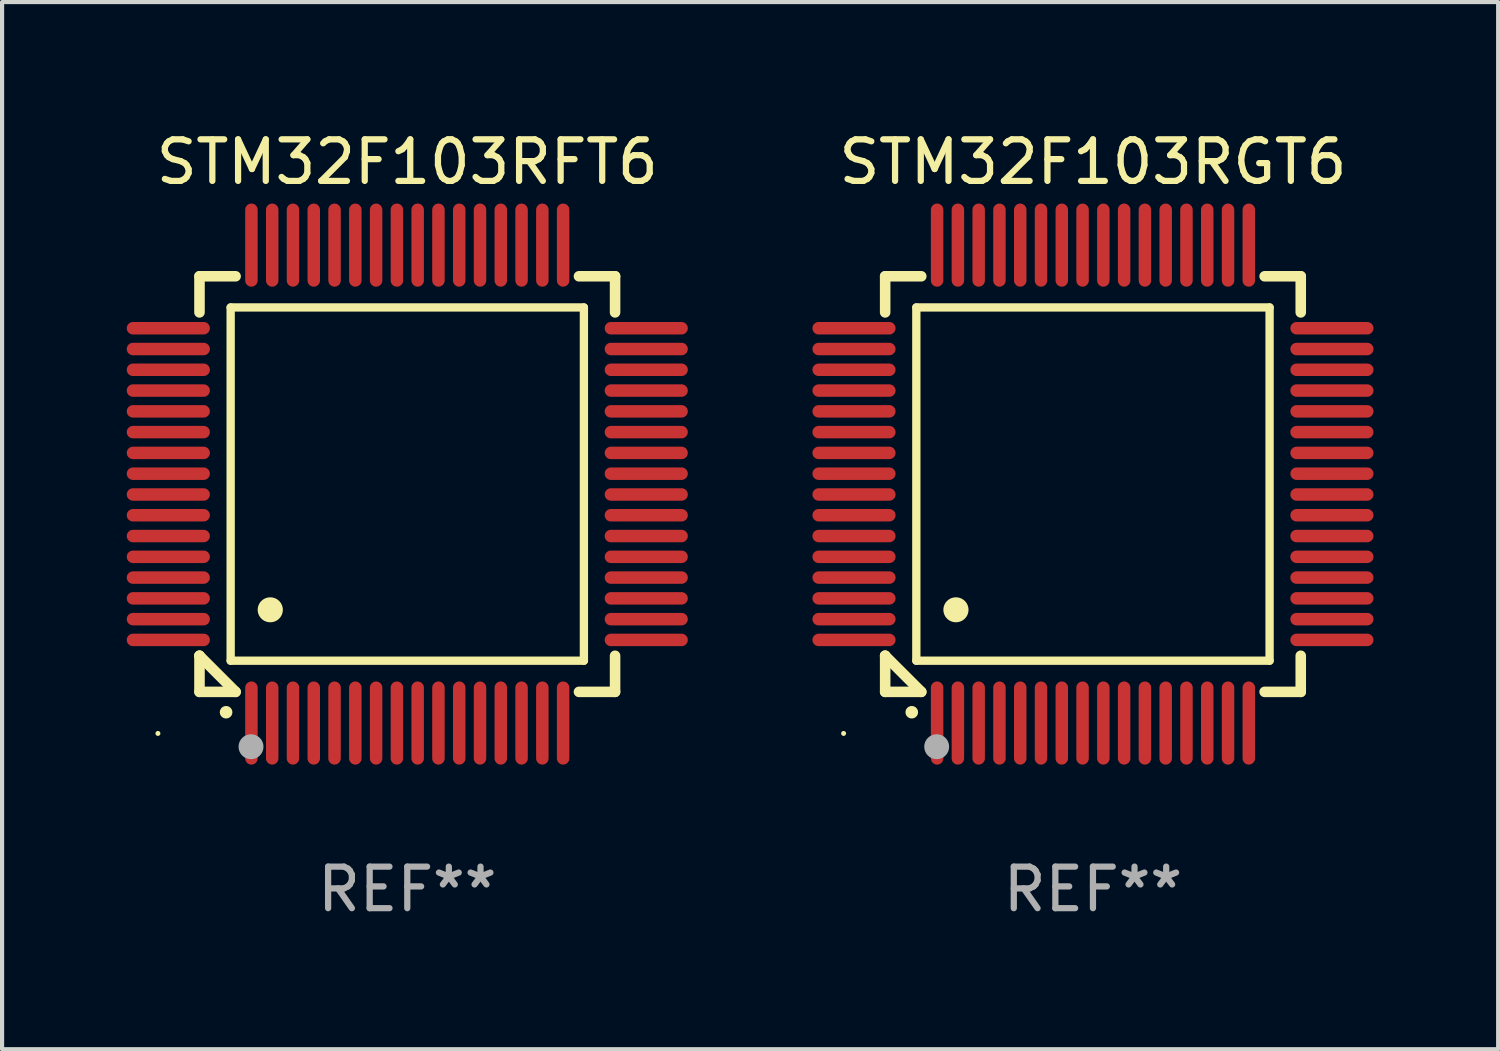
<source format=kicad_pcb>
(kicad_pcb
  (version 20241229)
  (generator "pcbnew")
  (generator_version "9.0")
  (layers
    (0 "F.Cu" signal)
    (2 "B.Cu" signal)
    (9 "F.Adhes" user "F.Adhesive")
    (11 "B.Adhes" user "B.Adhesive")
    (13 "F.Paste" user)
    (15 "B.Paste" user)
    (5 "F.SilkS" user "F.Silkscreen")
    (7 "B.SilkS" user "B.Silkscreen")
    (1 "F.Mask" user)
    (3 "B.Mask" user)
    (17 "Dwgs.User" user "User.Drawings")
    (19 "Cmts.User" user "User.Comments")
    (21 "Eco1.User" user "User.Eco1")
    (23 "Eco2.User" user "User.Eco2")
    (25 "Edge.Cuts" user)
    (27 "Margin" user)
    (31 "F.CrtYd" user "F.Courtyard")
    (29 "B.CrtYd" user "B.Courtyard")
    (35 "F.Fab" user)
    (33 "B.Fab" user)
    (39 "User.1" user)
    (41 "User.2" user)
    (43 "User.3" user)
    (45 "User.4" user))
  (footprint "STM32F103RFT6"
    (layer "F.Cu")
    (at 6.75 8.598)
    (property "Reference" "STM32F103RFT6" (at 0 -7.75 0) (layer "F.SilkS") (effects (font (size 1 1) (thickness 0.15))))
    (attr through_hole)
    (fp_line (start -5 -5) (end -4.131 -5) (stroke (width 0.254) (type solid)) (layer "F.SilkS"))
    (fp_line (start -5 -4.131) (end -5 -5) (stroke (width 0.254) (type solid)) (layer "F.SilkS"))
    (fp_line (start -5 4.131) (end -5 4.131) (stroke (width 0.254) (type solid)) (layer "F.SilkS"))
    (fp_line (start -5 5) (end -5 4.131) (stroke (width 0.254) (type solid)) (layer "F.SilkS"))
    (fp_line (start -5 4.131) (end -4.131 5) (stroke (width 0.254) (type solid)) (layer "F.SilkS"))
    (fp_line (start -4.25 -4.25) (end -4.25 4.25) (stroke (width 0.2) (type solid)) (layer "F.SilkS"))
    (fp_line (start -4.25 4.25) (end 4.25 4.25) (stroke (width 0.2) (type solid)) (layer "F.SilkS"))
    (fp_line (start -4.131 5) (end -5 5) (stroke (width 0.254) (type solid)) (layer "F.SilkS"))
    (fp_line (start 4.25 -4.25) (end -4.25 -4.25) (stroke (width 0.2) (type solid)) (layer "F.SilkS"))
    (fp_line (start 4.25 4.25) (end 4.25 -4.25) (stroke (width 0.2) (type solid)) (layer "F.SilkS"))
    (fp_line (start 5 -5) (end 4.131 -5) (stroke (width 0.254) (type solid)) (layer "F.SilkS"))
    (fp_line (start 5 -5) (end 5 -4.131) (stroke (width 0.254) (type solid)) (layer "F.SilkS"))
    (fp_line (start 5 4.131) (end 5 5) (stroke (width 0.254) (type solid)) (layer "F.SilkS"))
    (fp_line (start 5 5) (end 4.131 5) (stroke (width 0.254) (type solid)) (layer "F.SilkS"))
    (fp_arc (start -4.361265 5.489992) (mid -4.359995 5.489987) (end -4.358725 5.489992) (stroke (width 0.3) (type solid)) (layer "F.SilkS"))
    (fp_arc (start -3.299467 3.025146) (mid -3.296927 3.025135) (end -3.294387 3.025146) (stroke (width 0.6) (type solid)) (layer "F.SilkS"))
    (fp_circle (center -6 6) (end -5.97 6) (stroke (width 0.06) (type solid)) (fill no) (layer "F.SilkS"))
    (fp_circle (center -3.76 6.32) (end -3.61 6.32) (stroke (width 0.3) (type solid)) (fill no) (layer "F.Fab"))
    (fp_text user "REF**" (at 0 9.75 0) (layer "F.Fab") (effects (font (size 1 1) (thickness 0.15))))
    (pad "1" smd oval (at -3.75 5.75) (size 0.3 2) (layers "F.Cu" "F.Mask" "F.Paste"))
    (pad "2" smd oval (at -3.25 5.75) (size 0.3 2) (layers "F.Cu" "F.Mask" "F.Paste"))
    (pad "3" smd oval (at -2.75 5.75) (size 0.3 2) (layers "F.Cu" "F.Mask" "F.Paste"))
    (pad "4" smd oval (at -2.25 5.75) (size 0.3 2) (layers "F.Cu" "F.Mask" "F.Paste"))
    (pad "5" smd oval (at -1.75 5.75) (size 0.3 2) (layers "F.Cu" "F.Mask" "F.Paste"))
    (pad "6" smd oval (at -1.25 5.75) (size 0.3 2) (layers "F.Cu" "F.Mask" "F.Paste"))
    (pad "7" smd oval (at -0.75 5.75) (size 0.3 2) (layers "F.Cu" "F.Mask" "F.Paste"))
    (pad "8" smd oval (at -0.25 5.75) (size 0.3 2) (layers "F.Cu" "F.Mask" "F.Paste"))
    (pad "9" smd oval (at 0.25 5.75) (size 0.3 2) (layers "F.Cu" "F.Mask" "F.Paste"))
    (pad "10" smd oval (at 0.75 5.75) (size 0.3 2) (layers "F.Cu" "F.Mask" "F.Paste"))
    (pad "11" smd oval (at 1.25 5.75) (size 0.3 2) (layers "F.Cu" "F.Mask" "F.Paste"))
    (pad "12" smd oval (at 1.75 5.75) (size 0.3 2) (layers "F.Cu" "F.Mask" "F.Paste"))
    (pad "13" smd oval (at 2.25 5.75) (size 0.3 2) (layers "F.Cu" "F.Mask" "F.Paste"))
    (pad "14" smd oval (at 2.75 5.75) (size 0.3 2) (layers "F.Cu" "F.Mask" "F.Paste"))
    (pad "15" smd oval (at 3.25 5.75) (size 0.3 2) (layers "F.Cu" "F.Mask" "F.Paste"))
    (pad "16" smd oval (at 3.75 5.75) (size 0.3 2) (layers "F.Cu" "F.Mask" "F.Paste"))
    (pad "17" smd oval (at 5.75 3.75) (size 2 0.3) (layers "F.Cu" "F.Mask" "F.Paste"))
    (pad "18" smd oval (at 5.75 3.25) (size 2 0.3) (layers "F.Cu" "F.Mask" "F.Paste"))
    (pad "19" smd oval (at 5.75 2.75) (size 2 0.3) (layers "F.Cu" "F.Mask" "F.Paste"))
    (pad "20" smd oval (at 5.75 2.25) (size 2 0.3) (layers "F.Cu" "F.Mask" "F.Paste"))
    (pad "21" smd oval (at 5.75 1.75) (size 2 0.3) (layers "F.Cu" "F.Mask" "F.Paste"))
    (pad "22" smd oval (at 5.75 1.25) (size 2 0.3) (layers "F.Cu" "F.Mask" "F.Paste"))
    (pad "23" smd oval (at 5.75 0.75) (size 2 0.3) (layers "F.Cu" "F.Mask" "F.Paste"))
    (pad "24" smd oval (at 5.75 0.25) (size 2 0.3) (layers "F.Cu" "F.Mask" "F.Paste"))
    (pad "25" smd oval (at 5.75 -0.25) (size 2 0.3) (layers "F.Cu" "F.Mask" "F.Paste"))
    (pad "26" smd oval (at 5.75 -0.75) (size 2 0.3) (layers "F.Cu" "F.Mask" "F.Paste"))
    (pad "27" smd oval (at 5.75 -1.25) (size 2 0.3) (layers "F.Cu" "F.Mask" "F.Paste"))
    (pad "28" smd oval (at 5.75 -1.75) (size 2 0.3) (layers "F.Cu" "F.Mask" "F.Paste"))
    (pad "29" smd oval (at 5.75 -2.25) (size 2 0.3) (layers "F.Cu" "F.Mask" "F.Paste"))
    (pad "30" smd oval (at 5.75 -2.75) (size 2 0.3) (layers "F.Cu" "F.Mask" "F.Paste"))
    (pad "31" smd oval (at 5.75 -3.25) (size 2 0.3) (layers "F.Cu" "F.Mask" "F.Paste"))
    (pad "32" smd oval (at 5.75 -3.75) (size 2 0.3) (layers "F.Cu" "F.Mask" "F.Paste"))
    (pad "33" smd oval (at 3.75 -5.75) (size 0.3 2) (layers "F.Cu" "F.Mask" "F.Paste"))
    (pad "34" smd oval (at 3.25 -5.75) (size 0.3 2) (layers "F.Cu" "F.Mask" "F.Paste"))
    (pad "35" smd oval (at 2.75 -5.75) (size 0.3 2) (layers "F.Cu" "F.Mask" "F.Paste"))
    (pad "36" smd oval (at 2.25 -5.75) (size 0.3 2) (layers "F.Cu" "F.Mask" "F.Paste"))
    (pad "37" smd oval (at 1.75 -5.75) (size 0.3 2) (layers "F.Cu" "F.Mask" "F.Paste"))
    (pad "38" smd oval (at 1.25 -5.75) (size 0.3 2) (layers "F.Cu" "F.Mask" "F.Paste"))
    (pad "39" smd oval (at 0.75 -5.75) (size 0.3 2) (layers "F.Cu" "F.Mask" "F.Paste"))
    (pad "40" smd oval (at 0.25 -5.75) (size 0.3 2) (layers "F.Cu" "F.Mask" "F.Paste"))
    (pad "41" smd oval (at -0.25 -5.75) (size 0.3 2) (layers "F.Cu" "F.Mask" "F.Paste"))
    (pad "42" smd oval (at -0.75 -5.75) (size 0.3 2) (layers "F.Cu" "F.Mask" "F.Paste"))
    (pad "43" smd oval (at -1.25 -5.75) (size 0.3 2) (layers "F.Cu" "F.Mask" "F.Paste"))
    (pad "44" smd oval (at -1.75 -5.75) (size 0.3 2) (layers "F.Cu" "F.Mask" "F.Paste"))
    (pad "45" smd oval (at -2.25 -5.75) (size 0.3 2) (layers "F.Cu" "F.Mask" "F.Paste"))
    (pad "46" smd oval (at -2.75 -5.75) (size 0.3 2) (layers "F.Cu" "F.Mask" "F.Paste"))
    (pad "47" smd oval (at -3.25 -5.75) (size 0.3 2) (layers "F.Cu" "F.Mask" "F.Paste"))
    (pad "48" smd oval (at -3.75 -5.75) (size 0.3 2) (layers "F.Cu" "F.Mask" "F.Paste"))
    (pad "49" smd oval (at -5.75 -3.75) (size 2 0.3) (layers "F.Cu" "F.Mask" "F.Paste"))
    (pad "50" smd oval (at -5.75 -3.25) (size 2 0.3) (layers "F.Cu" "F.Mask" "F.Paste"))
    (pad "51" smd oval (at -5.75 -2.75) (size 2 0.3) (layers "F.Cu" "F.Mask" "F.Paste"))
    (pad "52" smd oval (at -5.75 -2.25) (size 2 0.3) (layers "F.Cu" "F.Mask" "F.Paste"))
    (pad "53" smd oval (at -5.75 -1.75) (size 2 0.3) (layers "F.Cu" "F.Mask" "F.Paste"))
    (pad "54" smd oval (at -5.75 -1.25) (size 2 0.3) (layers "F.Cu" "F.Mask" "F.Paste"))
    (pad "55" smd oval (at -5.75 -0.75) (size 2 0.3) (layers "F.Cu" "F.Mask" "F.Paste"))
    (pad "56" smd oval (at -5.75 -0.25) (size 2 0.3) (layers "F.Cu" "F.Mask" "F.Paste"))
    (pad "57" smd oval (at -5.75 0.25) (size 2 0.3) (layers "F.Cu" "F.Mask" "F.Paste"))
    (pad "58" smd oval (at -5.75 0.75) (size 2 0.3) (layers "F.Cu" "F.Mask" "F.Paste"))
    (pad "59" smd oval (at -5.75 1.25) (size 2 0.3) (layers "F.Cu" "F.Mask" "F.Paste"))
    (pad "60" smd oval (at -5.75 1.75) (size 2 0.3) (layers "F.Cu" "F.Mask" "F.Paste"))
    (pad "61" smd oval (at -5.75 2.25) (size 2 0.3) (layers "F.Cu" "F.Mask" "F.Paste"))
    (pad "62" smd oval (at -5.75 2.75) (size 2 0.3) (layers "F.Cu" "F.Mask" "F.Paste"))
    (pad "63" smd oval (at -5.75 3.25) (size 2 0.3) (layers "F.Cu" "F.Mask" "F.Paste"))
    (pad "64" smd oval (at -5.75 3.75) (size 2 0.3) (layers "F.Cu" "F.Mask" "F.Paste")))
  (footprint "STM32F103RGT6"
    (layer "F.Cu")
    (at 23.249 8.598)
    (property "Reference" "STM32F103RGT6" (at 0 -7.75 0) (layer "F.SilkS") (effects (font (size 1 1) (thickness 0.15))))
    (attr through_hole)
    (fp_line (start -5 -5) (end -4.131 -5) (stroke (width 0.254) (type solid)) (layer "F.SilkS"))
    (fp_line (start -5 -4.131) (end -5 -5) (stroke (width 0.254) (type solid)) (layer "F.SilkS"))
    (fp_line (start -5 4.131) (end -5 4.131) (stroke (width 0.254) (type solid)) (layer "F.SilkS"))
    (fp_line (start -5 5) (end -5 4.131) (stroke (width 0.254) (type solid)) (layer "F.SilkS"))
    (fp_line (start -5 4.131) (end -4.131 5) (stroke (width 0.254) (type solid)) (layer "F.SilkS"))
    (fp_line (start -4.25 -4.25) (end -4.25 4.25) (stroke (width 0.2) (type solid)) (layer "F.SilkS"))
    (fp_line (start -4.25 4.25) (end 4.25 4.25) (stroke (width 0.2) (type solid)) (layer "F.SilkS"))
    (fp_line (start -4.131 5) (end -5 5) (stroke (width 0.254) (type solid)) (layer "F.SilkS"))
    (fp_line (start 4.25 -4.25) (end -4.25 -4.25) (stroke (width 0.2) (type solid)) (layer "F.SilkS"))
    (fp_line (start 4.25 4.25) (end 4.25 -4.25) (stroke (width 0.2) (type solid)) (layer "F.SilkS"))
    (fp_line (start 5 -5) (end 4.131 -5) (stroke (width 0.254) (type solid)) (layer "F.SilkS"))
    (fp_line (start 5 -5) (end 5 -4.131) (stroke (width 0.254) (type solid)) (layer "F.SilkS"))
    (fp_line (start 5 4.131) (end 5 5) (stroke (width 0.254) (type solid)) (layer "F.SilkS"))
    (fp_line (start 5 5) (end 4.131 5) (stroke (width 0.254) (type solid)) (layer "F.SilkS"))
    (fp_arc (start -4.361265 5.489992) (mid -4.359995 5.489987) (end -4.358725 5.489992) (stroke (width 0.3) (type solid)) (layer "F.SilkS"))
    (fp_arc (start -3.299467 3.025146) (mid -3.296927 3.025135) (end -3.294387 3.025146) (stroke (width 0.6) (type solid)) (layer "F.SilkS"))
    (fp_circle (center -6 6) (end -5.97 6) (stroke (width 0.06) (type solid)) (fill no) (layer "F.SilkS"))
    (fp_circle (center -3.76 6.32) (end -3.61 6.32) (stroke (width 0.3) (type solid)) (fill no) (layer "F.Fab"))
    (fp_text user "REF**" (at 0 9.75 0) (layer "F.Fab") (effects (font (size 1 1) (thickness 0.15))))
    (pad "1" smd oval (at -3.75 5.75) (size 0.3 2) (layers "F.Cu" "F.Mask" "F.Paste"))
    (pad "2" smd oval (at -3.25 5.75) (size 0.3 2) (layers "F.Cu" "F.Mask" "F.Paste"))
    (pad "3" smd oval (at -2.75 5.75) (size 0.3 2) (layers "F.Cu" "F.Mask" "F.Paste"))
    (pad "4" smd oval (at -2.25 5.75) (size 0.3 2) (layers "F.Cu" "F.Mask" "F.Paste"))
    (pad "5" smd oval (at -1.75 5.75) (size 0.3 2) (layers "F.Cu" "F.Mask" "F.Paste"))
    (pad "6" smd oval (at -1.25 5.75) (size 0.3 2) (layers "F.Cu" "F.Mask" "F.Paste"))
    (pad "7" smd oval (at -0.75 5.75) (size 0.3 2) (layers "F.Cu" "F.Mask" "F.Paste"))
    (pad "8" smd oval (at -0.25 5.75) (size 0.3 2) (layers "F.Cu" "F.Mask" "F.Paste"))
    (pad "9" smd oval (at 0.25 5.75) (size 0.3 2) (layers "F.Cu" "F.Mask" "F.Paste"))
    (pad "10" smd oval (at 0.75 5.75) (size 0.3 2) (layers "F.Cu" "F.Mask" "F.Paste"))
    (pad "11" smd oval (at 1.25 5.75) (size 0.3 2) (layers "F.Cu" "F.Mask" "F.Paste"))
    (pad "12" smd oval (at 1.75 5.75) (size 0.3 2) (layers "F.Cu" "F.Mask" "F.Paste"))
    (pad "13" smd oval (at 2.25 5.75) (size 0.3 2) (layers "F.Cu" "F.Mask" "F.Paste"))
    (pad "14" smd oval (at 2.75 5.75) (size 0.3 2) (layers "F.Cu" "F.Mask" "F.Paste"))
    (pad "15" smd oval (at 3.25 5.75) (size 0.3 2) (layers "F.Cu" "F.Mask" "F.Paste"))
    (pad "16" smd oval (at 3.75 5.75) (size 0.3 2) (layers "F.Cu" "F.Mask" "F.Paste"))
    (pad "17" smd oval (at 5.75 3.75) (size 2 0.3) (layers "F.Cu" "F.Mask" "F.Paste"))
    (pad "18" smd oval (at 5.75 3.25) (size 2 0.3) (layers "F.Cu" "F.Mask" "F.Paste"))
    (pad "19" smd oval (at 5.75 2.75) (size 2 0.3) (layers "F.Cu" "F.Mask" "F.Paste"))
    (pad "20" smd oval (at 5.75 2.25) (size 2 0.3) (layers "F.Cu" "F.Mask" "F.Paste"))
    (pad "21" smd oval (at 5.75 1.75) (size 2 0.3) (layers "F.Cu" "F.Mask" "F.Paste"))
    (pad "22" smd oval (at 5.75 1.25) (size 2 0.3) (layers "F.Cu" "F.Mask" "F.Paste"))
    (pad "23" smd oval (at 5.75 0.75) (size 2 0.3) (layers "F.Cu" "F.Mask" "F.Paste"))
    (pad "24" smd oval (at 5.75 0.25) (size 2 0.3) (layers "F.Cu" "F.Mask" "F.Paste"))
    (pad "25" smd oval (at 5.75 -0.25) (size 2 0.3) (layers "F.Cu" "F.Mask" "F.Paste"))
    (pad "26" smd oval (at 5.75 -0.75) (size 2 0.3) (layers "F.Cu" "F.Mask" "F.Paste"))
    (pad "27" smd oval (at 5.75 -1.25) (size 2 0.3) (layers "F.Cu" "F.Mask" "F.Paste"))
    (pad "28" smd oval (at 5.75 -1.75) (size 2 0.3) (layers "F.Cu" "F.Mask" "F.Paste"))
    (pad "29" smd oval (at 5.75 -2.25) (size 2 0.3) (layers "F.Cu" "F.Mask" "F.Paste"))
    (pad "30" smd oval (at 5.75 -2.75) (size 2 0.3) (layers "F.Cu" "F.Mask" "F.Paste"))
    (pad "31" smd oval (at 5.75 -3.25) (size 2 0.3) (layers "F.Cu" "F.Mask" "F.Paste"))
    (pad "32" smd oval (at 5.75 -3.75) (size 2 0.3) (layers "F.Cu" "F.Mask" "F.Paste"))
    (pad "33" smd oval (at 3.75 -5.75) (size 0.3 2) (layers "F.Cu" "F.Mask" "F.Paste"))
    (pad "34" smd oval (at 3.25 -5.75) (size 0.3 2) (layers "F.Cu" "F.Mask" "F.Paste"))
    (pad "35" smd oval (at 2.75 -5.75) (size 0.3 2) (layers "F.Cu" "F.Mask" "F.Paste"))
    (pad "36" smd oval (at 2.25 -5.75) (size 0.3 2) (layers "F.Cu" "F.Mask" "F.Paste"))
    (pad "37" smd oval (at 1.75 -5.75) (size 0.3 2) (layers "F.Cu" "F.Mask" "F.Paste"))
    (pad "38" smd oval (at 1.25 -5.75) (size 0.3 2) (layers "F.Cu" "F.Mask" "F.Paste"))
    (pad "39" smd oval (at 0.75 -5.75) (size 0.3 2) (layers "F.Cu" "F.Mask" "F.Paste"))
    (pad "40" smd oval (at 0.25 -5.75) (size 0.3 2) (layers "F.Cu" "F.Mask" "F.Paste"))
    (pad "41" smd oval (at -0.25 -5.75) (size 0.3 2) (layers "F.Cu" "F.Mask" "F.Paste"))
    (pad "42" smd oval (at -0.75 -5.75) (size 0.3 2) (layers "F.Cu" "F.Mask" "F.Paste"))
    (pad "43" smd oval (at -1.25 -5.75) (size 0.3 2) (layers "F.Cu" "F.Mask" "F.Paste"))
    (pad "44" smd oval (at -1.75 -5.75) (size 0.3 2) (layers "F.Cu" "F.Mask" "F.Paste"))
    (pad "45" smd oval (at -2.25 -5.75) (size 0.3 2) (layers "F.Cu" "F.Mask" "F.Paste"))
    (pad "46" smd oval (at -2.75 -5.75) (size 0.3 2) (layers "F.Cu" "F.Mask" "F.Paste"))
    (pad "47" smd oval (at -3.25 -5.75) (size 0.3 2) (layers "F.Cu" "F.Mask" "F.Paste"))
    (pad "48" smd oval (at -3.75 -5.75) (size 0.3 2) (layers "F.Cu" "F.Mask" "F.Paste"))
    (pad "49" smd oval (at -5.75 -3.75) (size 2 0.3) (layers "F.Cu" "F.Mask" "F.Paste"))
    (pad "50" smd oval (at -5.75 -3.25) (size 2 0.3) (layers "F.Cu" "F.Mask" "F.Paste"))
    (pad "51" smd oval (at -5.75 -2.75) (size 2 0.3) (layers "F.Cu" "F.Mask" "F.Paste"))
    (pad "52" smd oval (at -5.75 -2.25) (size 2 0.3) (layers "F.Cu" "F.Mask" "F.Paste"))
    (pad "53" smd oval (at -5.75 -1.75) (size 2 0.3) (layers "F.Cu" "F.Mask" "F.Paste"))
    (pad "54" smd oval (at -5.75 -1.25) (size 2 0.3) (layers "F.Cu" "F.Mask" "F.Paste"))
    (pad "55" smd oval (at -5.75 -0.75) (size 2 0.3) (layers "F.Cu" "F.Mask" "F.Paste"))
    (pad "56" smd oval (at -5.75 -0.25) (size 2 0.3) (layers "F.Cu" "F.Mask" "F.Paste"))
    (pad "57" smd oval (at -5.75 0.25) (size 2 0.3) (layers "F.Cu" "F.Mask" "F.Paste"))
    (pad "58" smd oval (at -5.75 0.75) (size 2 0.3) (layers "F.Cu" "F.Mask" "F.Paste"))
    (pad "59" smd oval (at -5.75 1.25) (size 2 0.3) (layers "F.Cu" "F.Mask" "F.Paste"))
    (pad "60" smd oval (at -5.75 1.75) (size 2 0.3) (layers "F.Cu" "F.Mask" "F.Paste"))
    (pad "61" smd oval (at -5.75 2.25) (size 2 0.3) (layers "F.Cu" "F.Mask" "F.Paste"))
    (pad "62" smd oval (at -5.75 2.75) (size 2 0.3) (layers "F.Cu" "F.Mask" "F.Paste"))
    (pad "63" smd oval (at -5.75 3.25) (size 2 0.3) (layers "F.Cu" "F.Mask" "F.Paste"))
    (pad "64" smd oval (at -5.75 3.75) (size 2 0.3) (layers "F.Cu" "F.Mask" "F.Paste")))
  (gr_rect
    (start -3 -3)
    (end 32.999 22.196)
    (stroke (width 0.1) (type default))
    (fill no)
    (layer "Edge.Cuts")))
</source>
